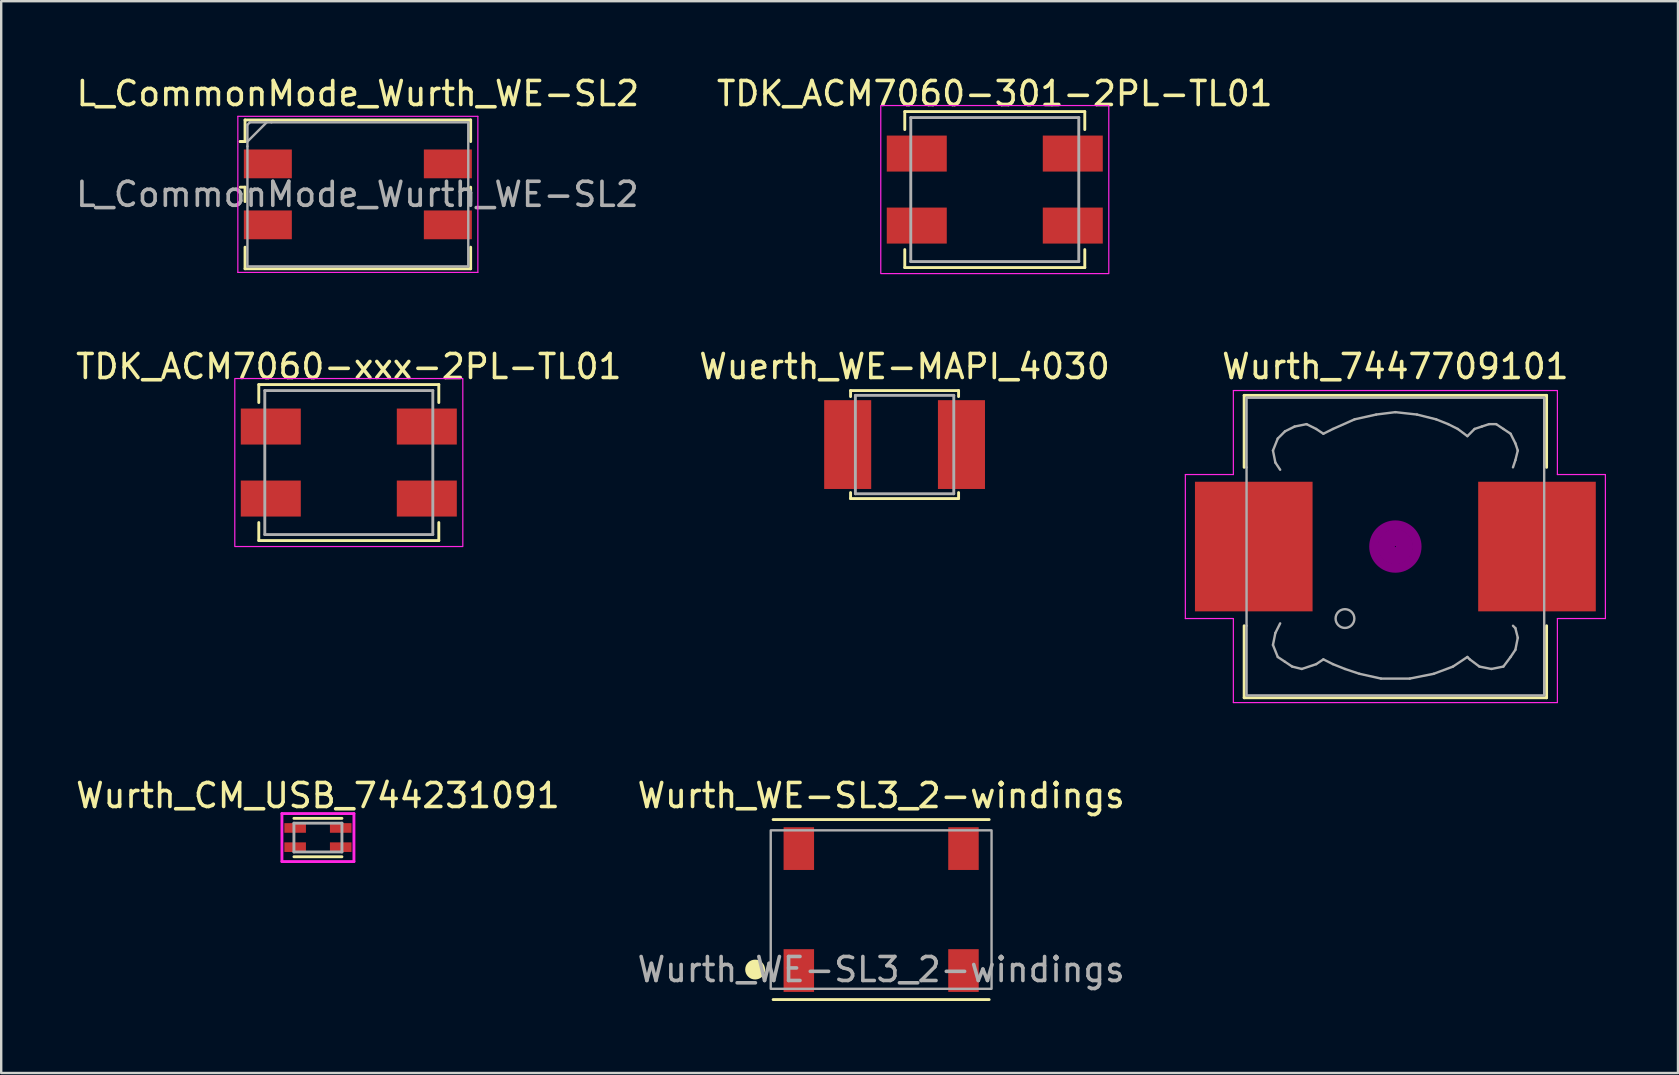
<source format=kicad_pcb>
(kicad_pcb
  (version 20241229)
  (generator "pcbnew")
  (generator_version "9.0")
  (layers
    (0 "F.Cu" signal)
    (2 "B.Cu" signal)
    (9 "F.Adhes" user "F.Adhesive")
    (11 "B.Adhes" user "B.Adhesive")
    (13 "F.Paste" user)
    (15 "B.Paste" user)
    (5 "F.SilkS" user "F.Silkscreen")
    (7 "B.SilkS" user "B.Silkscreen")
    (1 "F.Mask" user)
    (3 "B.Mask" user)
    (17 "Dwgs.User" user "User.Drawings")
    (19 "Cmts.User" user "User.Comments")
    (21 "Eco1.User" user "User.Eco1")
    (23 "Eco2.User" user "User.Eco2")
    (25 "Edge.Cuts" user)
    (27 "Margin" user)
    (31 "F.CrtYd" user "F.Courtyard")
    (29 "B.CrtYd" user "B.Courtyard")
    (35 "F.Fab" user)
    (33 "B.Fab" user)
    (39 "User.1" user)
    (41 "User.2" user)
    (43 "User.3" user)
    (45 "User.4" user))
  (footprint "Wuerth_WE-MAPI_4030"
    (layer "F.Cu")
    (at 34.637 15.472)
    (property "Reference" "Wuerth_WE-MAPI_4030" (at 0 -3.25 0) (layer "F.SilkS") (effects (font (size 1 1) (thickness 0.15))))
    (attr through_hole)
    (fp_line (start -2.25 -2.25) (end 2.25 -2.25) (stroke (width 0.12) (type solid)) (layer "F.SilkS"))
    (fp_line (start -2.25 -2) (end -2.25 -2.25) (stroke (width 0.12) (type solid)) (layer "F.SilkS"))
    (fp_line (start -2.25 2) (end -2.25 2.25) (stroke (width 0.12) (type solid)) (layer "F.SilkS"))
    (fp_line (start -2.25 2.25) (end 2.25 2.25) (stroke (width 0.12) (type solid)) (layer "F.SilkS"))
    (fp_line (start 2.25 -2.25) (end 2.25 -2) (stroke (width 0.12) (type solid)) (layer "F.SilkS"))
    (fp_line (start 2.25 2.25) (end 2.25 2) (stroke (width 0.12) (type solid)) (layer "F.SilkS"))
    (fp_line (start -2.05 -2.05) (end 2.05 -2.05) (stroke (width 0.12) (type solid)) (layer "F.Fab"))
    (fp_line (start -2.05 2.05) (end -2.05 -2.05) (stroke (width 0.12) (type solid)) (layer "F.Fab"))
    (fp_line (start -2.05 2.05) (end 2.05 2.05) (stroke (width 0.12) (type solid)) (layer "F.Fab"))
    (fp_line (start 2.05 -2.05) (end 2.05 2.05) (stroke (width 0.12) (type solid)) (layer "F.Fab"))
    (pad "1" smd rect (at -2.37 0) (size 1.96 3.7) (layers "F.Cu" "F.Mask" "F.Paste"))
    (pad "2" smd rect (at 2.37 0) (size 1.96 3.7) (layers "F.Cu" "F.Mask" "F.Paste")))
  (footprint "TDK_ACM7060-xxx-2PL-TL01"
    (layer "F.Cu")
    (at 11.482 16.221)
    (property "Reference" "TDK_ACM7060-xxx-2PL-TL01" (at 0 -4 0) (layer "F.SilkS") (effects (font (size 1 1) (thickness 0.15))))
    (fp_line (start -3.75 -3.25) (end -3.75 -2.5) (stroke (width 0.12) (type solid)) (layer "F.SilkS"))
    (fp_line (start -3.75 -3.25) (end 3.75 -3.25) (stroke (width 0.12) (type solid)) (layer "F.SilkS"))
    (fp_line (start -3.75 2.5) (end -3.75 3.25) (stroke (width 0.12) (type solid)) (layer "F.SilkS"))
    (fp_line (start -3.75 3.25) (end 3.75 3.25) (stroke (width 0.12) (type solid)) (layer "F.SilkS"))
    (fp_line (start 3.75 -3.25) (end 3.75 -2.5) (stroke (width 0.12) (type solid)) (layer "F.SilkS"))
    (fp_line (start 3.75 3.25) (end 3.75 2.5) (stroke (width 0.12) (type solid)) (layer "F.SilkS"))
    (fp_rect (start -4.75 -3.5) (end 4.75 3.5) (stroke (width 0.05) (type solid)) (fill no) (layer "F.CrtYd"))
    (fp_line (start -3.5 -3) (end 3.5 -3) (stroke (width 0.12) (type solid)) (layer "F.Fab"))
    (fp_line (start -3.5 3) (end -3.5 -3) (stroke (width 0.12) (type solid)) (layer "F.Fab"))
    (fp_line (start 3.5 -3) (end 3.5 3) (stroke (width 0.12) (type solid)) (layer "F.Fab"))
    (fp_line (start 3.5 3) (end -3.5 3) (stroke (width 0.12) (type solid)) (layer "F.Fab"))
    (pad "1" smd rect (at -3.25 -1.5) (size 2.5 1.5) (layers "F.Cu" "F.Mask" "F.Paste"))
    (pad "2" smd rect (at 3.25 -1.5) (size 2.5 1.5) (layers "F.Cu" "F.Mask" "F.Paste"))
    (pad "3" smd rect (at -3.25 1.5) (size 2.5 1.5) (layers "F.Cu" "F.Mask" "F.Paste"))
    (pad "4" smd rect (at 3.25 1.5) (size 2.5 1.5) (layers "F.Cu" "F.Mask" "F.Paste")))
  (footprint "L_CommonMode_Wurth_WE-SL2"
    (layer "F.Cu")
    (at 11.859 5.048)
    (property "Reference" "L_CommonMode_Wurth_WE-SL2" (at 0 -4.2 0) (layer "F.SilkS") (effects (font (size 1 1) (thickness 0.15))))
    (attr smd)
    (fp_line (start -4.9 -2.2) (end -4.8 -2.2) (stroke (width 0.12) (type solid)) (layer "F.SilkS"))
    (fp_line (start -4.9 -0.3) (end -4.7 -0.3) (stroke (width 0.12) (type solid)) (layer "F.SilkS"))
    (fp_line (start -4.7 -3.1) (end -4.7 -2.2) (stroke (width 0.12) (type solid)) (layer "F.SilkS"))
    (fp_line (start -4.7 -3.1) (end 4.7 -3.1) (stroke (width 0.12) (type solid)) (layer "F.SilkS"))
    (fp_line (start -4.7 -2.2) (end -4.9 -2.2) (stroke (width 0.12) (type solid)) (layer "F.SilkS"))
    (fp_line (start -4.7 -0.3) (end -4.7 0.3) (stroke (width 0.12) (type solid)) (layer "F.SilkS"))
    (fp_line (start -4.7 3.1) (end -4.7 2.2) (stroke (width 0.12) (type solid)) (layer "F.SilkS"))
    (fp_line (start 4.7 -3.1) (end 4.7 -2.2) (stroke (width 0.12) (type solid)) (layer "F.SilkS"))
    (fp_line (start 4.7 -0.3) (end 4.7 0.3) (stroke (width 0.12) (type solid)) (layer "F.SilkS"))
    (fp_line (start 4.7 3.1) (end -4.7 3.1) (stroke (width 0.12) (type solid)) (layer "F.SilkS"))
    (fp_line (start 4.7 3.1) (end 4.7 2.2) (stroke (width 0.12) (type solid)) (layer "F.SilkS"))
    (fp_line (start -5 -3.25) (end 5 -3.25) (stroke (width 0.05) (type solid)) (layer "F.CrtYd"))
    (fp_line (start -5 3.25) (end -5 -3.25) (stroke (width 0.05) (type solid)) (layer "F.CrtYd"))
    (fp_line (start 5 -3.25) (end 5 3.25) (stroke (width 0.05) (type solid)) (layer "F.CrtYd"))
    (fp_line (start 5 3.25) (end -5 3.25) (stroke (width 0.05) (type solid)) (layer "F.CrtYd"))
    (fp_line (start -4.6 -2.9) (end -4.5 -3) (stroke (width 0.1) (type solid)) (layer "F.Fab"))
    (fp_line (start -4.6 -2.2) (end -3.8 -3) (stroke (width 0.1) (type solid)) (layer "F.Fab"))
    (fp_line (start -4.6 -2) (end -4.6 -2.9) (stroke (width 0.1) (type solid)) (layer "F.Fab"))
    (fp_line (start -4.6 -2) (end -4.6 3) (stroke (width 0.1) (type solid)) (layer "F.Fab"))
    (fp_line (start -4.5 -3) (end -3.6 -3) (stroke (width 0.1) (type solid)) (layer "F.Fab"))
    (fp_line (start -3.6 -3) (end 4.6 -3) (stroke (width 0.1) (type solid)) (layer "F.Fab"))
    (fp_line (start 4.6 -3) (end 4.6 3) (stroke (width 0.1) (type solid)) (layer "F.Fab"))
    (fp_line (start 4.6 3) (end -4.6 3) (stroke (width 0.1) (type solid)) (layer "F.Fab"))
    (fp_text user "${REFERENCE}" (at -0.02 0 0) (layer "F.Fab") (effects (font (size 1 1) (thickness 0.15))))
    (pad "1" smd rect (at -3.75 -1.27) (size 2 1.2) (layers "F.Cu" "F.Mask" "F.Paste"))
    (pad "2" smd rect (at 3.75 -1.27) (size 2 1.2) (layers "F.Cu" "F.Mask" "F.Paste"))
    (pad "3" smd rect (at -3.75 1.27) (size 2 1.2) (layers "F.Cu" "F.Mask" "F.Paste"))
    (pad "4" smd rect (at 3.75 1.27) (size 2 1.2) (layers "F.Cu" "F.Mask" "F.Paste")))
  (footprint "Wurth_CM_USB_744231091"
    (layer "F.Cu")
    (at 10.196 31.845)
    (property "Reference" "Wurth_CM_USB_744231091" (at 0 -1.75 0) (unlocked yes) (layer "F.SilkS") (effects (font (size 1 1) (thickness 0.15))))
    (fp_line (start -1 -0.8) (end 1 -0.8) (stroke (width 0.12) (type solid)) (layer "F.SilkS"))
    (fp_line (start -1 0.8) (end 1 0.8) (stroke (width 0.12) (type solid)) (layer "F.SilkS"))
    (fp_line (start -1.5 -1) (end -1.5 1) (stroke (width 0.12) (type solid)) (layer "F.CrtYd"))
    (fp_line (start -1.5 1) (end 1.5 1) (stroke (width 0.12) (type solid)) (layer "F.CrtYd"))
    (fp_line (start 1.5 -1) (end -1.5 -1) (stroke (width 0.12) (type solid)) (layer "F.CrtYd"))
    (fp_line (start 1.5 1) (end 1.5 -1) (stroke (width 0.12) (type solid)) (layer "F.CrtYd"))
    (fp_line (start -1 -0.6) (end -1 0.6) (stroke (width 0.12) (type solid)) (layer "F.Fab"))
    (fp_line (start -1 0.6) (end 1 0.6) (stroke (width 0.12) (type solid)) (layer "F.Fab"))
    (fp_line (start 1 -0.6) (end -1 -0.6) (stroke (width 0.12) (type solid)) (layer "F.Fab"))
    (fp_line (start 1 0.6) (end 1 -0.6) (stroke (width 0.12) (type solid)) (layer "F.Fab"))
    (pad "1" smd rect (at -0.95 -0.4) (size 0.9 0.4) (layers "F.Cu" "F.Mask" "F.Paste"))
    (pad "2" smd rect (at 0.95 -0.4) (size 0.9 0.4) (layers "F.Cu" "F.Mask" "F.Paste"))
    (pad "3" smd rect (at -0.95 0.4) (size 0.9 0.4) (layers "F.Cu" "F.Mask" "F.Paste"))
    (pad "4" smd rect (at 0.95 0.4) (size 0.9 0.4) (layers "F.Cu" "F.Mask" "F.Paste")))
  (footprint "Wurth_WE-SL3_2-windings"
    (layer "F.Cu")
    (at 33.661 34.845)
    (property "Reference" "Wurth_WE-SL3_2-windings" (at 0 -4.75 0) (unlocked yes) (layer "F.SilkS") (effects (font (size 1 1) (thickness 0.15))))
    (attr smd)
    (fp_line (start -4.5 -3.75) (end 4.5 -3.75) (stroke (width 0.12) (type default)) (layer "F.SilkS"))
    (fp_line (start -4.5 3.75) (end 4.5 3.75) (stroke (width 0.12) (type default)) (layer "F.SilkS"))
    (fp_circle (center -5.25 2.5) (end -4.896 2.5) (stroke (width 0.12) (type solid)) (fill yes) (layer "F.SilkS"))
    (fp_rect (start -4.6 -3.3) (end 4.6 3.3) (stroke (width 0.1) (type default)) (fill no) (layer "F.Fab"))
    (fp_text user "${REFERENCE}" (at 0 2.5 0) (unlocked yes) (layer "F.Fab") (effects (font (size 1 1) (thickness 0.15))))
    (pad "1" smd rect (at -3.43 2.54) (size 1.27 1.78) (layers "F.Cu" "F.Mask" "F.Paste"))
    (pad "2" smd rect (at 3.43 2.54) (size 1.27 1.78) (layers "F.Cu" "F.Mask" "F.Paste"))
    (pad "3" smd rect (at -3.43 -2.54) (size 1.27 1.78) (layers "F.Cu" "F.Mask" "F.Paste"))
    (pad "4" smd rect (at 3.43 -2.54) (size 1.27 1.78) (layers "F.Cu" "F.Mask" "F.Paste")))
  (footprint "TDK_ACM7060-301-2PL-TL01"
    (layer "F.Cu")
    (at 38.395 4.848)
    (property "Reference" "TDK_ACM7060-301-2PL-TL01" (at 0 -4 0) (layer "F.SilkS") (effects (font (size 1 1) (thickness 0.15))))
    (fp_line (start -3.75 -3.25) (end -3.75 -2.5) (stroke (width 0.12) (type solid)) (layer "F.SilkS"))
    (fp_line (start -3.75 -3.25) (end 3.75 -3.25) (stroke (width 0.12) (type solid)) (layer "F.SilkS"))
    (fp_line (start -3.75 2.5) (end -3.75 3.25) (stroke (width 0.12) (type solid)) (layer "F.SilkS"))
    (fp_line (start -3.75 3.25) (end 3.75 3.25) (stroke (width 0.12) (type solid)) (layer "F.SilkS"))
    (fp_line (start 3.75 -3.25) (end 3.75 -2.5) (stroke (width 0.12) (type solid)) (layer "F.SilkS"))
    (fp_line (start 3.75 3.25) (end 3.75 2.5) (stroke (width 0.12) (type solid)) (layer "F.SilkS"))
    (fp_rect (start -4.75 -3.5) (end 4.75 3.5) (stroke (width 0.05) (type solid)) (fill no) (layer "F.CrtYd"))
    (fp_line (start -3.5 -3) (end 3.5 -3) (stroke (width 0.12) (type solid)) (layer "F.Fab"))
    (fp_line (start -3.5 3) (end -3.5 -3) (stroke (width 0.12) (type solid)) (layer "F.Fab"))
    (fp_line (start 3.5 -3) (end 3.5 3) (stroke (width 0.12) (type solid)) (layer "F.Fab"))
    (fp_line (start 3.5 3) (end -3.5 3) (stroke (width 0.12) (type solid)) (layer "F.Fab"))
    (pad "1" smd rect (at -3.25 -1.5) (size 2.5 1.5) (layers "F.Cu" "F.Mask" "F.Paste"))
    (pad "2" smd rect (at 3.25 -1.5) (size 2.5 1.5) (layers "F.Cu" "F.Mask" "F.Paste"))
    (pad "3" smd rect (at -3.25 1.5) (size 2.5 1.5) (layers "F.Cu" "F.Mask" "F.Paste"))
    (pad "4" smd rect (at 3.25 1.5) (size 2.5 1.5) (layers "F.Cu" "F.Mask" "F.Paste")))
  (footprint "Wurth_7447709101"
    (layer "F.Cu")
    (at 55.085 19.721)
    (property "Reference" "Wurth_7447709101" (at 0 -7.5 0) (layer "F.SilkS") (effects (font (size 1 1) (thickness 0.15))))
    (attr through_hole)
    (fp_line (start -6.3 -6.3) (end 6.3 -6.3) (stroke (width 0.12) (type solid)) (layer "F.SilkS"))
    (fp_line (start -6.3 -3.3) (end -6.3 -6.3) (stroke (width 0.12) (type solid)) (layer "F.SilkS"))
    (fp_line (start -6.3 6.3) (end -6.3 3.3) (stroke (width 0.12) (type solid)) (layer "F.SilkS"))
    (fp_line (start 6.3 -6.3) (end 6.3 -3.3) (stroke (width 0.12) (type solid)) (layer "F.SilkS"))
    (fp_line (start 6.3 3.3) (end 6.3 6.3) (stroke (width 0.12) (type solid)) (layer "F.SilkS"))
    (fp_line (start 6.3 6.3) (end -6.3 6.3) (stroke (width 0.12) (type solid)) (layer "F.SilkS"))
    (fp_circle (center 0 0) (end 0.15 0.15) (stroke (width 0.38) (type solid)) (fill no) (layer "F.Adhes"))
    (fp_circle (center 0 0) (end 0.55 0) (stroke (width 0.38) (type solid)) (fill no) (layer "F.Adhes"))
    (fp_circle (center 0 0) (end 0.9 0) (stroke (width 0.38) (type solid)) (fill no) (layer "F.Adhes"))
    (fp_line (start -8.75 -3) (end -6.75 -3) (stroke (width 0.05) (type solid)) (layer "F.CrtYd"))
    (fp_line (start -8.75 3) (end -8.75 -3) (stroke (width 0.05) (type solid)) (layer "F.CrtYd"))
    (fp_line (start -6.75 -6.5) (end 6.75 -6.5) (stroke (width 0.05) (type solid)) (layer "F.CrtYd"))
    (fp_line (start -6.75 -3) (end -6.75 -6.5) (stroke (width 0.05) (type solid)) (layer "F.CrtYd"))
    (fp_line (start -6.75 3) (end -8.75 3) (stroke (width 0.05) (type solid)) (layer "F.CrtYd"))
    (fp_line (start -6.75 6.5) (end -6.75 3) (stroke (width 0.05) (type solid)) (layer "F.CrtYd"))
    (fp_line (start 6.75 -6.5) (end 6.75 -3) (stroke (width 0.05) (type solid)) (layer "F.CrtYd"))
    (fp_line (start 6.75 -3) (end 8.75 -3) (stroke (width 0.05) (type solid)) (layer "F.CrtYd"))
    (fp_line (start 6.75 3) (end 6.75 6.5) (stroke (width 0.05) (type solid)) (layer "F.CrtYd"))
    (fp_line (start 6.75 6.5) (end -6.75 6.5) (stroke (width 0.05) (type solid)) (layer "F.CrtYd"))
    (fp_line (start 8.75 -3) (end 8.75 3) (stroke (width 0.05) (type solid)) (layer "F.CrtYd"))
    (fp_line (start 8.75 3) (end 6.75 3) (stroke (width 0.05) (type solid)) (layer "F.CrtYd"))
    (fp_line (start -6.2 -6.2) (end -6.2 -3.3) (stroke (width 0.1) (type solid)) (layer "F.Fab"))
    (fp_line (start -6.2 -3.3) (end -6.2 3.3) (stroke (width 0.1) (type solid)) (layer "F.Fab"))
    (fp_line (start -6.2 3.3) (end -6.2 6.2) (stroke (width 0.1) (type solid)) (layer "F.Fab"))
    (fp_line (start -6.2 6.2) (end 6.2 6.2) (stroke (width 0.1) (type solid)) (layer "F.Fab"))
    (fp_line (start -5.1 -4) (end -5 -3.5) (stroke (width 0.1) (type solid)) (layer "F.Fab"))
    (fp_line (start -5.1 4.1) (end -5 3.6) (stroke (width 0.1) (type solid)) (layer "F.Fab"))
    (fp_line (start -5 -3.5) (end -4.8 -3.2) (stroke (width 0.1) (type solid)) (layer "F.Fab"))
    (fp_line (start -5 3.6) (end -4.8 3.2) (stroke (width 0.1) (type solid)) (layer "F.Fab"))
    (fp_line (start -4.9 -4.5) (end -5.1 -4) (stroke (width 0.1) (type solid)) (layer "F.Fab"))
    (fp_line (start -4.9 4.6) (end -5.1 4.1) (stroke (width 0.1) (type solid)) (layer "F.Fab"))
    (fp_line (start -4.6 -4.8) (end -4.9 -4.5) (stroke (width 0.1) (type solid)) (layer "F.Fab"))
    (fp_line (start -4.6 4.8) (end -4.9 4.6) (stroke (width 0.1) (type solid)) (layer "F.Fab"))
    (fp_line (start -4.3 5) (end -4.6 4.8) (stroke (width 0.1) (type solid)) (layer "F.Fab"))
    (fp_line (start -4.2 -5) (end -4.6 -4.8) (stroke (width 0.1) (type solid)) (layer "F.Fab"))
    (fp_line (start -3.9 5.1) (end -4.3 5) (stroke (width 0.1) (type solid)) (layer "F.Fab"))
    (fp_line (start -3.7 -5.1) (end -4.2 -5) (stroke (width 0.1) (type solid)) (layer "F.Fab"))
    (fp_line (start -3.3 -4.9) (end -3.7 -5.1) (stroke (width 0.1) (type solid)) (layer "F.Fab"))
    (fp_line (start -3.3 4.9) (end -3.9 5.1) (stroke (width 0.1) (type solid)) (layer "F.Fab"))
    (fp_line (start -3 -4.7) (end -3.3 -4.9) (stroke (width 0.1) (type solid)) (layer "F.Fab"))
    (fp_line (start -3 4.7) (end -3.3 4.9) (stroke (width 0.1) (type solid)) (layer "F.Fab"))
    (fp_line (start -2.6 -4.9) (end -3 -4.7) (stroke (width 0.1) (type solid)) (layer "F.Fab"))
    (fp_line (start -2.6 4.9) (end -3 4.7) (stroke (width 0.1) (type solid)) (layer "F.Fab"))
    (fp_line (start -2.1 5.1) (end -2.6 4.9) (stroke (width 0.1) (type solid)) (layer "F.Fab"))
    (fp_line (start -1.7 -5.3) (end -2.6 -4.9) (stroke (width 0.1) (type solid)) (layer "F.Fab"))
    (fp_line (start -1.5 5.3) (end -2.1 5.1) (stroke (width 0.1) (type solid)) (layer "F.Fab"))
    (fp_line (start -0.8 -5.5) (end -1.7 -5.3) (stroke (width 0.1) (type solid)) (layer "F.Fab"))
    (fp_line (start -0.6 5.5) (end -1.5 5.3) (stroke (width 0.1) (type solid)) (layer "F.Fab"))
    (fp_line (start 0 -5.6) (end -0.8 -5.5) (stroke (width 0.1) (type solid)) (layer "F.Fab"))
    (fp_line (start 0.6 5.5) (end -0.6 5.5) (stroke (width 0.1) (type solid)) (layer "F.Fab"))
    (fp_line (start 0.9 -5.5) (end 0 -5.6) (stroke (width 0.1) (type solid)) (layer "F.Fab"))
    (fp_line (start 1.6 5.3) (end 0.6 5.5) (stroke (width 0.1) (type solid)) (layer "F.Fab"))
    (fp_line (start 1.7 -5.3) (end 0.9 -5.5) (stroke (width 0.1) (type solid)) (layer "F.Fab"))
    (fp_line (start 2.2 -5.1) (end 1.7 -5.3) (stroke (width 0.1) (type solid)) (layer "F.Fab"))
    (fp_line (start 2.4 5) (end 1.6 5.3) (stroke (width 0.1) (type solid)) (layer "F.Fab"))
    (fp_line (start 2.6 -4.9) (end 2.2 -5.1) (stroke (width 0.1) (type solid)) (layer "F.Fab"))
    (fp_line (start 3 -4.6) (end 2.6 -4.9) (stroke (width 0.1) (type solid)) (layer "F.Fab"))
    (fp_line (start 3 4.6) (end 2.4 5) (stroke (width 0.1) (type solid)) (layer "F.Fab"))
    (fp_line (start 3.1 4.7) (end 3 4.6) (stroke (width 0.1) (type solid)) (layer "F.Fab"))
    (fp_line (start 3.3 -4.9) (end 3 -4.6) (stroke (width 0.1) (type solid)) (layer "F.Fab"))
    (fp_line (start 3.5 5) (end 3.1 4.7) (stroke (width 0.1) (type solid)) (layer "F.Fab"))
    (fp_line (start 3.6 -5) (end 3.3 -4.9) (stroke (width 0.1) (type solid)) (layer "F.Fab"))
    (fp_line (start 3.9 -5.1) (end 3.6 -5) (stroke (width 0.1) (type solid)) (layer "F.Fab"))
    (fp_line (start 4 5.1) (end 3.5 5) (stroke (width 0.1) (type solid)) (layer "F.Fab"))
    (fp_line (start 4.2 -5.1) (end 3.9 -5.1) (stroke (width 0.1) (type solid)) (layer "F.Fab"))
    (fp_line (start 4.5 -4.9) (end 4.2 -5.1) (stroke (width 0.1) (type solid)) (layer "F.Fab"))
    (fp_line (start 4.5 5) (end 4 5.1) (stroke (width 0.1) (type solid)) (layer "F.Fab"))
    (fp_line (start 4.8 -4.7) (end 4.5 -4.9) (stroke (width 0.1) (type solid)) (layer "F.Fab"))
    (fp_line (start 4.8 4.6) (end 4.5 5) (stroke (width 0.1) (type solid)) (layer "F.Fab"))
    (fp_line (start 4.9 -3.3) (end 5 -3.6) (stroke (width 0.1) (type solid)) (layer "F.Fab"))
    (fp_line (start 4.9 3.3) (end 5 3.4) (stroke (width 0.1) (type solid)) (layer "F.Fab"))
    (fp_line (start 5 -4.3) (end 4.8 -4.7) (stroke (width 0.1) (type solid)) (layer "F.Fab"))
    (fp_line (start 5 -3.6) (end 5.1 -4) (stroke (width 0.1) (type solid)) (layer "F.Fab"))
    (fp_line (start 5 3.4) (end 5.1 3.8) (stroke (width 0.1) (type solid)) (layer "F.Fab"))
    (fp_line (start 5 4.3) (end 4.8 4.6) (stroke (width 0.1) (type solid)) (layer "F.Fab"))
    (fp_line (start 5.1 -4) (end 5 -4.3) (stroke (width 0.1) (type solid)) (layer "F.Fab"))
    (fp_line (start 5.1 3.8) (end 5 4.3) (stroke (width 0.1) (type solid)) (layer "F.Fab"))
    (fp_line (start 6.2 -6.2) (end -6.2 -6.2) (stroke (width 0.1) (type solid)) (layer "F.Fab"))
    (fp_line (start 6.2 -6.2) (end 6.2 -3.3) (stroke (width 0.1) (type solid)) (layer "F.Fab"))
    (fp_line (start 6.2 3.3) (end 6.2 -3.4) (stroke (width 0.1) (type solid)) (layer "F.Fab"))
    (fp_line (start 6.2 6.2) (end 6.2 3.3) (stroke (width 0.1) (type solid)) (layer "F.Fab"))
    (fp_circle (center -2.1 3) (end -1.8 3.25) (stroke (width 0.1) (type solid)) (fill no) (layer "F.Fab"))
    (pad "1" smd rect (at -5.9 0) (size 4.9 5.4) (layers "F.Cu" "F.Mask" "F.Paste"))
    (pad "2" smd rect (at 5.9 0) (size 4.9 5.4) (layers "F.Cu" "F.Mask" "F.Paste")))
  (gr_rect
    (start -3 -3)
    (end 66.86 41.655)
    (stroke (width 0.1) (type default))
    (fill no)
    (layer "Edge.Cuts")))
</source>
